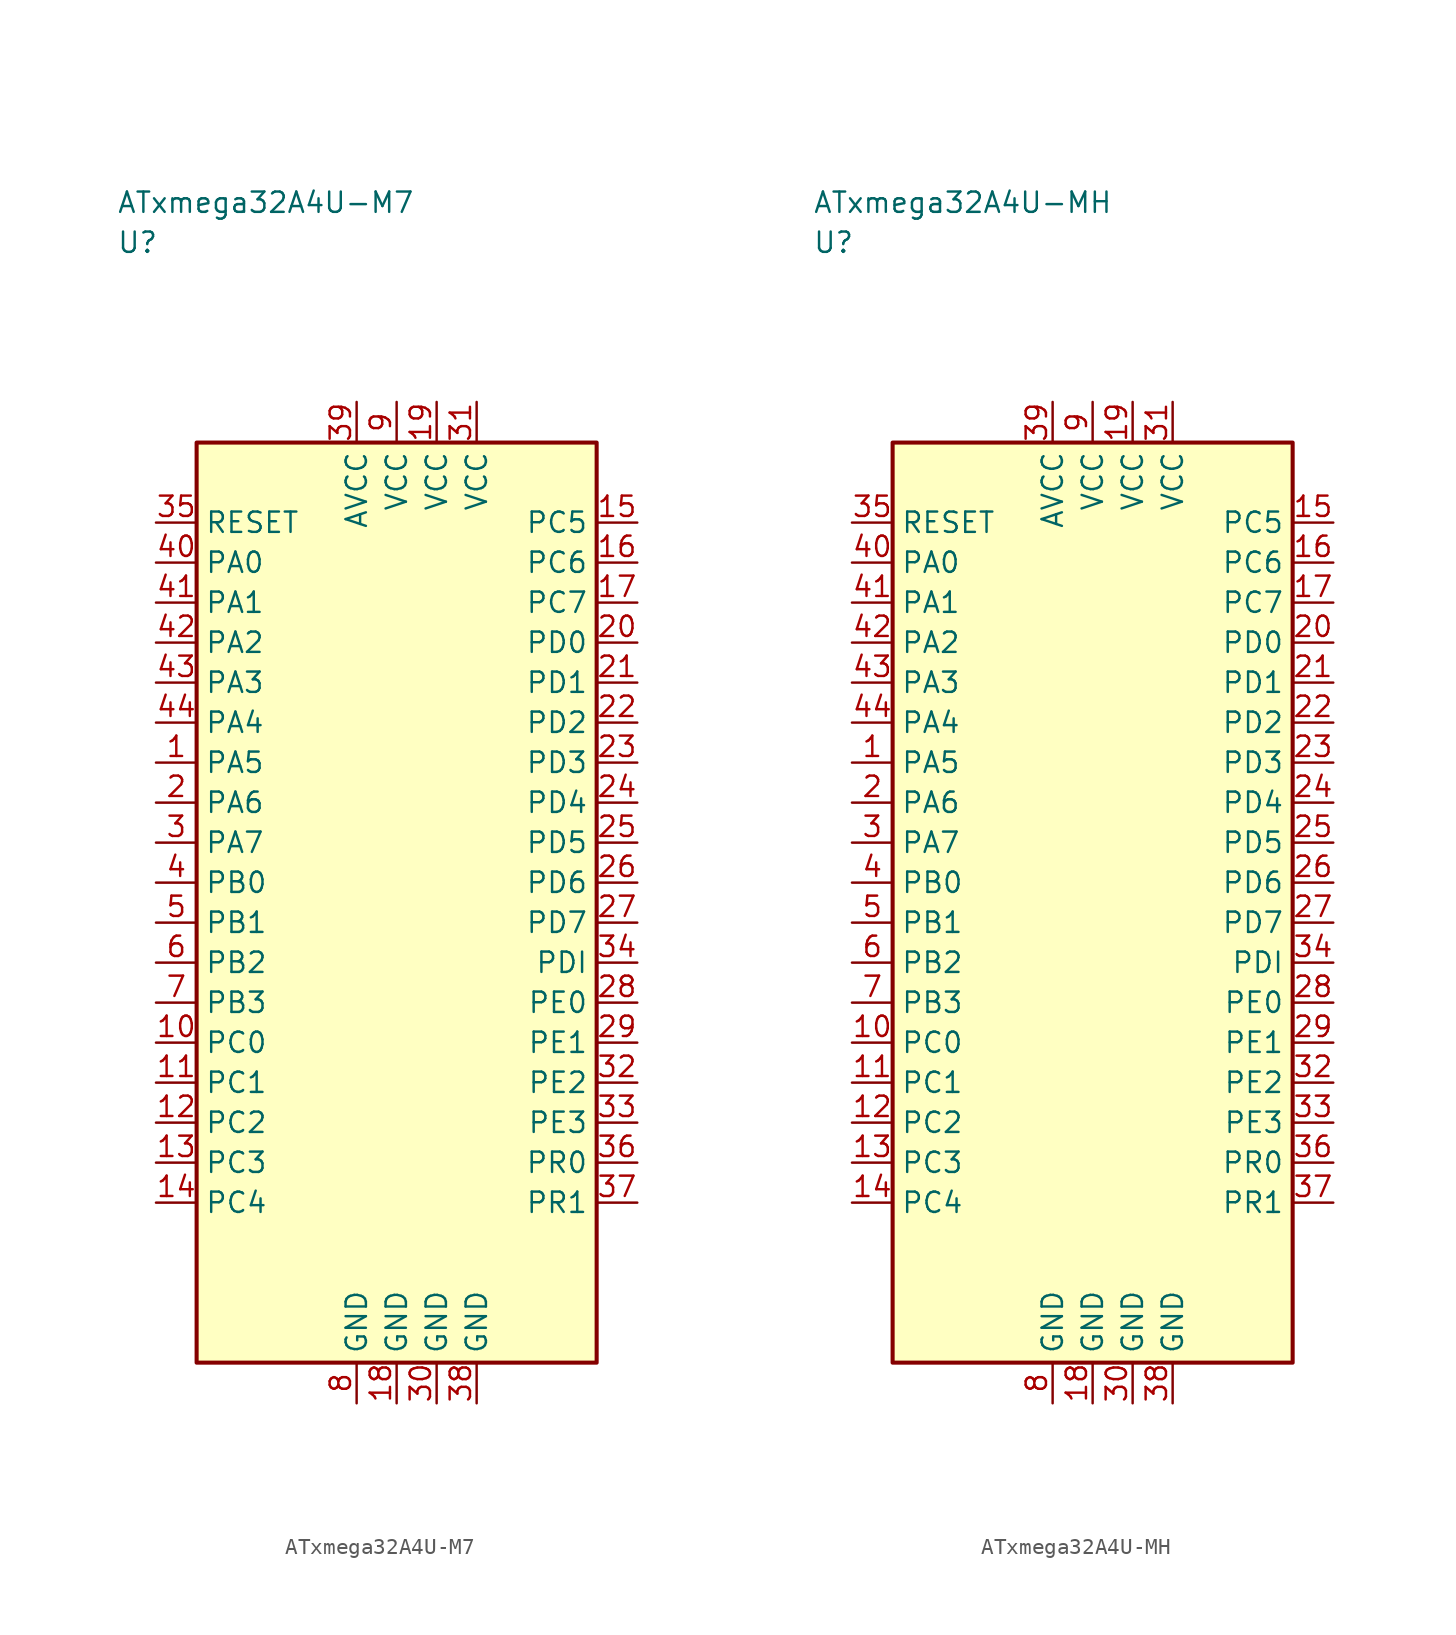
<source format=kicad_sym>
(kicad_symbol_lib
  (version 20241025)
  (generator "kicad_symbol_editor")
  (generator_version "8.0")
  (symbol "ATxmega32A4U-M7"
    (property "Reference" "U"
      (at -17.5 41.25 0)
      (effects (font (size 1.27 1.27)) (justify left)))
    (property "Value" "ATxmega32A4U-M7"
      (at -17.5 43.75 0)
      (effects (font (size 1.27 1.27)) (justify left)))
    (symbol "ATxmega32A4U-M7_0_1"
      (rectangle (start -12.5 28.75) (end 12.5 -28.75) (stroke (width 0.254) (type default)) (fill (type background))))
    (symbol "ATxmega32A4U-M7_1_1"
      (pin bidirectional line (at -15.04 8.75 0.0) (length 2.54) (name "PA5" (effects (font (size 1.27 1.27)))) (number "1" (effects (font (size 1.27 1.27)))))
      (pin bidirectional line (at -15.04 6.25 0.0) (length 2.54) (name "PA6" (effects (font (size 1.27 1.27)))) (number "2" (effects (font (size 1.27 1.27)))))
      (pin bidirectional line (at -15.04 3.75 0.0) (length 2.54) (name "PA7" (effects (font (size 1.27 1.27)))) (number "3" (effects (font (size 1.27 1.27)))))
      (pin bidirectional line (at -15.04 1.25 0.0) (length 2.54) (name "PB0" (effects (font (size 1.27 1.27)))) (number "4" (effects (font (size 1.27 1.27)))))
      (pin bidirectional line (at -15.04 -1.25 0.0) (length 2.54) (name "PB1" (effects (font (size 1.27 1.27)))) (number "5" (effects (font (size 1.27 1.27)))))
      (pin bidirectional line (at -15.04 -3.75 0.0) (length 2.54) (name "PB2" (effects (font (size 1.27 1.27)))) (number "6" (effects (font (size 1.27 1.27)))))
      (pin bidirectional line (at -15.04 -6.25 0.0) (length 2.54) (name "PB3" (effects (font (size 1.27 1.27)))) (number "7" (effects (font (size 1.27 1.27)))))
      (pin passive line (at -2.5 -31.29 90.0) (length 2.54) (name "GND" (effects (font (size 1.27 1.27)))) (number "8" (effects (font (size 1.27 1.27)))))
      (pin power_in line (at 0.0 31.29 270.0) (length 2.54) (name "VCC" (effects (font (size 1.27 1.27)))) (number "9" (effects (font (size 1.27 1.27)))))
      (pin bidirectional line (at -15.04 -8.75 0.0) (length 2.54) (name "PC0" (effects (font (size 1.27 1.27)))) (number "10" (effects (font (size 1.27 1.27)))))
      (pin bidirectional line (at -15.04 -11.25 0.0) (length 2.54) (name "PC1" (effects (font (size 1.27 1.27)))) (number "11" (effects (font (size 1.27 1.27)))))
      (pin bidirectional line (at -15.04 -13.75 0.0) (length 2.54) (name "PC2" (effects (font (size 1.27 1.27)))) (number "12" (effects (font (size 1.27 1.27)))))
      (pin bidirectional line (at -15.04 -16.25 0.0) (length 2.54) (name "PC3" (effects (font (size 1.27 1.27)))) (number "13" (effects (font (size 1.27 1.27)))))
      (pin bidirectional line (at -15.04 -18.75 0.0) (length 2.54) (name "PC4" (effects (font (size 1.27 1.27)))) (number "14" (effects (font (size 1.27 1.27)))))
      (pin bidirectional line (at 15.04 23.75 180.0) (length 2.54) (name "PC5" (effects (font (size 1.27 1.27)))) (number "15" (effects (font (size 1.27 1.27)))))
      (pin bidirectional line (at 15.04 21.25 180.0) (length 2.54) (name "PC6" (effects (font (size 1.27 1.27)))) (number "16" (effects (font (size 1.27 1.27)))))
      (pin bidirectional line (at 15.04 18.75 180.0) (length 2.54) (name "PC7" (effects (font (size 1.27 1.27)))) (number "17" (effects (font (size 1.27 1.27)))))
      (pin passive line (at 0.0 -31.29 90.0) (length 2.54) (name "GND" (effects (font (size 1.27 1.27)))) (number "18" (effects (font (size 1.27 1.27)))))
      (pin power_in line (at 2.5 31.29 270.0) (length 2.54) (name "VCC" (effects (font (size 1.27 1.27)))) (number "19" (effects (font (size 1.27 1.27)))))
      (pin bidirectional line (at 15.04 16.25 180.0) (length 2.54) (name "PD0" (effects (font (size 1.27 1.27)))) (number "20" (effects (font (size 1.27 1.27)))))
      (pin bidirectional line (at 15.04 13.75 180.0) (length 2.54) (name "PD1" (effects (font (size 1.27 1.27)))) (number "21" (effects (font (size 1.27 1.27)))))
      (pin bidirectional line (at 15.04 11.25 180.0) (length 2.54) (name "PD2" (effects (font (size 1.27 1.27)))) (number "22" (effects (font (size 1.27 1.27)))))
      (pin bidirectional line (at 15.04 8.75 180.0) (length 2.54) (name "PD3" (effects (font (size 1.27 1.27)))) (number "23" (effects (font (size 1.27 1.27)))))
      (pin bidirectional line (at 15.04 6.25 180.0) (length 2.54) (name "PD4" (effects (font (size 1.27 1.27)))) (number "24" (effects (font (size 1.27 1.27)))))
      (pin bidirectional line (at 15.04 3.75 180.0) (length 2.54) (name "PD5" (effects (font (size 1.27 1.27)))) (number "25" (effects (font (size 1.27 1.27)))))
      (pin bidirectional line (at 15.04 1.25 180.0) (length 2.54) (name "PD6" (effects (font (size 1.27 1.27)))) (number "26" (effects (font (size 1.27 1.27)))))
      (pin bidirectional line (at 15.04 -1.25 180.0) (length 2.54) (name "PD7" (effects (font (size 1.27 1.27)))) (number "27" (effects (font (size 1.27 1.27)))))
      (pin bidirectional line (at 15.04 -6.25 180.0) (length 2.54) (name "PE0" (effects (font (size 1.27 1.27)))) (number "28" (effects (font (size 1.27 1.27)))))
      (pin bidirectional line (at 15.04 -8.75 180.0) (length 2.54) (name "PE1" (effects (font (size 1.27 1.27)))) (number "29" (effects (font (size 1.27 1.27)))))
      (pin passive line (at 2.5 -31.29 90.0) (length 2.54) (name "GND" (effects (font (size 1.27 1.27)))) (number "30" (effects (font (size 1.27 1.27)))))
      (pin power_in line (at 5.0 31.29 270.0) (length 2.54) (name "VCC" (effects (font (size 1.27 1.27)))) (number "31" (effects (font (size 1.27 1.27)))))
      (pin bidirectional line (at 15.04 -11.25 180.0) (length 2.54) (name "PE2" (effects (font (size 1.27 1.27)))) (number "32" (effects (font (size 1.27 1.27)))))
      (pin bidirectional line (at 15.04 -13.75 180.0) (length 2.54) (name "PE3" (effects (font (size 1.27 1.27)))) (number "33" (effects (font (size 1.27 1.27)))))
      (pin bidirectional line (at 15.04 -3.75 180.0) (length 2.54) (name "PDI" (effects (font (size 1.27 1.27)))) (number "34" (effects (font (size 1.27 1.27)))))
      (pin input line (at -15.04 23.75 0.0) (length 2.54) (name "RESET" (effects (font (size 1.27 1.27)))) (number "35" (effects (font (size 1.27 1.27)))))
      (pin bidirectional line (at 15.04 -16.25 180.0) (length 2.54) (name "PR0" (effects (font (size 1.27 1.27)))) (number "36" (effects (font (size 1.27 1.27)))))
      (pin bidirectional line (at 15.04 -18.75 180.0) (length 2.54) (name "PR1" (effects (font (size 1.27 1.27)))) (number "37" (effects (font (size 1.27 1.27)))))
      (pin passive line (at 5.0 -31.29 90.0) (length 2.54) (name "GND" (effects (font (size 1.27 1.27)))) (number "38" (effects (font (size 1.27 1.27)))))
      (pin power_in line (at -2.5 31.29 270.0) (length 2.54) (name "AVCC" (effects (font (size 1.27 1.27)))) (number "39" (effects (font (size 1.27 1.27)))))
      (pin bidirectional line (at -15.04 21.25 0.0) (length 2.54) (name "PA0" (effects (font (size 1.27 1.27)))) (number "40" (effects (font (size 1.27 1.27)))))
      (pin bidirectional line (at -15.04 18.75 0.0) (length 2.54) (name "PA1" (effects (font (size 1.27 1.27)))) (number "41" (effects (font (size 1.27 1.27)))))
      (pin bidirectional line (at -15.04 16.25 0.0) (length 2.54) (name "PA2" (effects (font (size 1.27 1.27)))) (number "42" (effects (font (size 1.27 1.27)))))
      (pin bidirectional line (at -15.04 13.75 0.0) (length 2.54) (name "PA3" (effects (font (size 1.27 1.27)))) (number "43" (effects (font (size 1.27 1.27)))))
      (pin bidirectional line (at -15.04 11.25 0.0) (length 2.54) (name "PA4" (effects (font (size 1.27 1.27)))) (number "44" (effects (font (size 1.27 1.27)))))))
  (symbol "ATxmega32A4U-MH"
    (property "Reference" "U"
      (at -17.5 41.25 0)
      (effects (font (size 1.27 1.27)) (justify left)))
    (property "Value" "ATxmega32A4U-MH"
      (at -17.5 43.75 0)
      (effects (font (size 1.27 1.27)) (justify left)))
    (symbol "ATxmega32A4U-MH_0_1"
      (rectangle (start -12.5 28.75) (end 12.5 -28.75) (stroke (width 0.254) (type default)) (fill (type background))))
    (symbol "ATxmega32A4U-MH_1_1"
      (pin bidirectional line (at -15.04 8.75 0.0) (length 2.54) (name "PA5" (effects (font (size 1.27 1.27)))) (number "1" (effects (font (size 1.27 1.27)))))
      (pin bidirectional line (at -15.04 6.25 0.0) (length 2.54) (name "PA6" (effects (font (size 1.27 1.27)))) (number "2" (effects (font (size 1.27 1.27)))))
      (pin bidirectional line (at -15.04 3.75 0.0) (length 2.54) (name "PA7" (effects (font (size 1.27 1.27)))) (number "3" (effects (font (size 1.27 1.27)))))
      (pin bidirectional line (at -15.04 1.25 0.0) (length 2.54) (name "PB0" (effects (font (size 1.27 1.27)))) (number "4" (effects (font (size 1.27 1.27)))))
      (pin bidirectional line (at -15.04 -1.25 0.0) (length 2.54) (name "PB1" (effects (font (size 1.27 1.27)))) (number "5" (effects (font (size 1.27 1.27)))))
      (pin bidirectional line (at -15.04 -3.75 0.0) (length 2.54) (name "PB2" (effects (font (size 1.27 1.27)))) (number "6" (effects (font (size 1.27 1.27)))))
      (pin bidirectional line (at -15.04 -6.25 0.0) (length 2.54) (name "PB3" (effects (font (size 1.27 1.27)))) (number "7" (effects (font (size 1.27 1.27)))))
      (pin passive line (at -2.5 -31.29 90.0) (length 2.54) (name "GND" (effects (font (size 1.27 1.27)))) (number "8" (effects (font (size 1.27 1.27)))))
      (pin power_in line (at 0.0 31.29 270.0) (length 2.54) (name "VCC" (effects (font (size 1.27 1.27)))) (number "9" (effects (font (size 1.27 1.27)))))
      (pin bidirectional line (at -15.04 -8.75 0.0) (length 2.54) (name "PC0" (effects (font (size 1.27 1.27)))) (number "10" (effects (font (size 1.27 1.27)))))
      (pin bidirectional line (at -15.04 -11.25 0.0) (length 2.54) (name "PC1" (effects (font (size 1.27 1.27)))) (number "11" (effects (font (size 1.27 1.27)))))
      (pin bidirectional line (at -15.04 -13.75 0.0) (length 2.54) (name "PC2" (effects (font (size 1.27 1.27)))) (number "12" (effects (font (size 1.27 1.27)))))
      (pin bidirectional line (at -15.04 -16.25 0.0) (length 2.54) (name "PC3" (effects (font (size 1.27 1.27)))) (number "13" (effects (font (size 1.27 1.27)))))
      (pin bidirectional line (at -15.04 -18.75 0.0) (length 2.54) (name "PC4" (effects (font (size 1.27 1.27)))) (number "14" (effects (font (size 1.27 1.27)))))
      (pin bidirectional line (at 15.04 23.75 180.0) (length 2.54) (name "PC5" (effects (font (size 1.27 1.27)))) (number "15" (effects (font (size 1.27 1.27)))))
      (pin bidirectional line (at 15.04 21.25 180.0) (length 2.54) (name "PC6" (effects (font (size 1.27 1.27)))) (number "16" (effects (font (size 1.27 1.27)))))
      (pin bidirectional line (at 15.04 18.75 180.0) (length 2.54) (name "PC7" (effects (font (size 1.27 1.27)))) (number "17" (effects (font (size 1.27 1.27)))))
      (pin passive line (at 0.0 -31.29 90.0) (length 2.54) (name "GND" (effects (font (size 1.27 1.27)))) (number "18" (effects (font (size 1.27 1.27)))))
      (pin power_in line (at 2.5 31.29 270.0) (length 2.54) (name "VCC" (effects (font (size 1.27 1.27)))) (number "19" (effects (font (size 1.27 1.27)))))
      (pin bidirectional line (at 15.04 16.25 180.0) (length 2.54) (name "PD0" (effects (font (size 1.27 1.27)))) (number "20" (effects (font (size 1.27 1.27)))))
      (pin bidirectional line (at 15.04 13.75 180.0) (length 2.54) (name "PD1" (effects (font (size 1.27 1.27)))) (number "21" (effects (font (size 1.27 1.27)))))
      (pin bidirectional line (at 15.04 11.25 180.0) (length 2.54) (name "PD2" (effects (font (size 1.27 1.27)))) (number "22" (effects (font (size 1.27 1.27)))))
      (pin bidirectional line (at 15.04 8.75 180.0) (length 2.54) (name "PD3" (effects (font (size 1.27 1.27)))) (number "23" (effects (font (size 1.27 1.27)))))
      (pin bidirectional line (at 15.04 6.25 180.0) (length 2.54) (name "PD4" (effects (font (size 1.27 1.27)))) (number "24" (effects (font (size 1.27 1.27)))))
      (pin bidirectional line (at 15.04 3.75 180.0) (length 2.54) (name "PD5" (effects (font (size 1.27 1.27)))) (number "25" (effects (font (size 1.27 1.27)))))
      (pin bidirectional line (at 15.04 1.25 180.0) (length 2.54) (name "PD6" (effects (font (size 1.27 1.27)))) (number "26" (effects (font (size 1.27 1.27)))))
      (pin bidirectional line (at 15.04 -1.25 180.0) (length 2.54) (name "PD7" (effects (font (size 1.27 1.27)))) (number "27" (effects (font (size 1.27 1.27)))))
      (pin bidirectional line (at 15.04 -6.25 180.0) (length 2.54) (name "PE0" (effects (font (size 1.27 1.27)))) (number "28" (effects (font (size 1.27 1.27)))))
      (pin bidirectional line (at 15.04 -8.75 180.0) (length 2.54) (name "PE1" (effects (font (size 1.27 1.27)))) (number "29" (effects (font (size 1.27 1.27)))))
      (pin passive line (at 2.5 -31.29 90.0) (length 2.54) (name "GND" (effects (font (size 1.27 1.27)))) (number "30" (effects (font (size 1.27 1.27)))))
      (pin power_in line (at 5.0 31.29 270.0) (length 2.54) (name "VCC" (effects (font (size 1.27 1.27)))) (number "31" (effects (font (size 1.27 1.27)))))
      (pin bidirectional line (at 15.04 -11.25 180.0) (length 2.54) (name "PE2" (effects (font (size 1.27 1.27)))) (number "32" (effects (font (size 1.27 1.27)))))
      (pin bidirectional line (at 15.04 -13.75 180.0) (length 2.54) (name "PE3" (effects (font (size 1.27 1.27)))) (number "33" (effects (font (size 1.27 1.27)))))
      (pin bidirectional line (at 15.04 -3.75 180.0) (length 2.54) (name "PDI" (effects (font (size 1.27 1.27)))) (number "34" (effects (font (size 1.27 1.27)))))
      (pin input line (at -15.04 23.75 0.0) (length 2.54) (name "RESET" (effects (font (size 1.27 1.27)))) (number "35" (effects (font (size 1.27 1.27)))))
      (pin bidirectional line (at 15.04 -16.25 180.0) (length 2.54) (name "PR0" (effects (font (size 1.27 1.27)))) (number "36" (effects (font (size 1.27 1.27)))))
      (pin bidirectional line (at 15.04 -18.75 180.0) (length 2.54) (name "PR1" (effects (font (size 1.27 1.27)))) (number "37" (effects (font (size 1.27 1.27)))))
      (pin passive line (at 5.0 -31.29 90.0) (length 2.54) (name "GND" (effects (font (size 1.27 1.27)))) (number "38" (effects (font (size 1.27 1.27)))))
      (pin power_in line (at -2.5 31.29 270.0) (length 2.54) (name "AVCC" (effects (font (size 1.27 1.27)))) (number "39" (effects (font (size 1.27 1.27)))))
      (pin bidirectional line (at -15.04 21.25 0.0) (length 2.54) (name "PA0" (effects (font (size 1.27 1.27)))) (number "40" (effects (font (size 1.27 1.27)))))
      (pin bidirectional line (at -15.04 18.75 0.0) (length 2.54) (name "PA1" (effects (font (size 1.27 1.27)))) (number "41" (effects (font (size 1.27 1.27)))))
      (pin bidirectional line (at -15.04 16.25 0.0) (length 2.54) (name "PA2" (effects (font (size 1.27 1.27)))) (number "42" (effects (font (size 1.27 1.27)))))
      (pin bidirectional line (at -15.04 13.75 0.0) (length 2.54) (name "PA3" (effects (font (size 1.27 1.27)))) (number "43" (effects (font (size 1.27 1.27)))))
      (pin bidirectional line (at -15.04 11.25 0.0) (length 2.54) (name "PA4" (effects (font (size 1.27 1.27)))) (number "44" (effects (font (size 1.27 1.27))))))))
</source>
